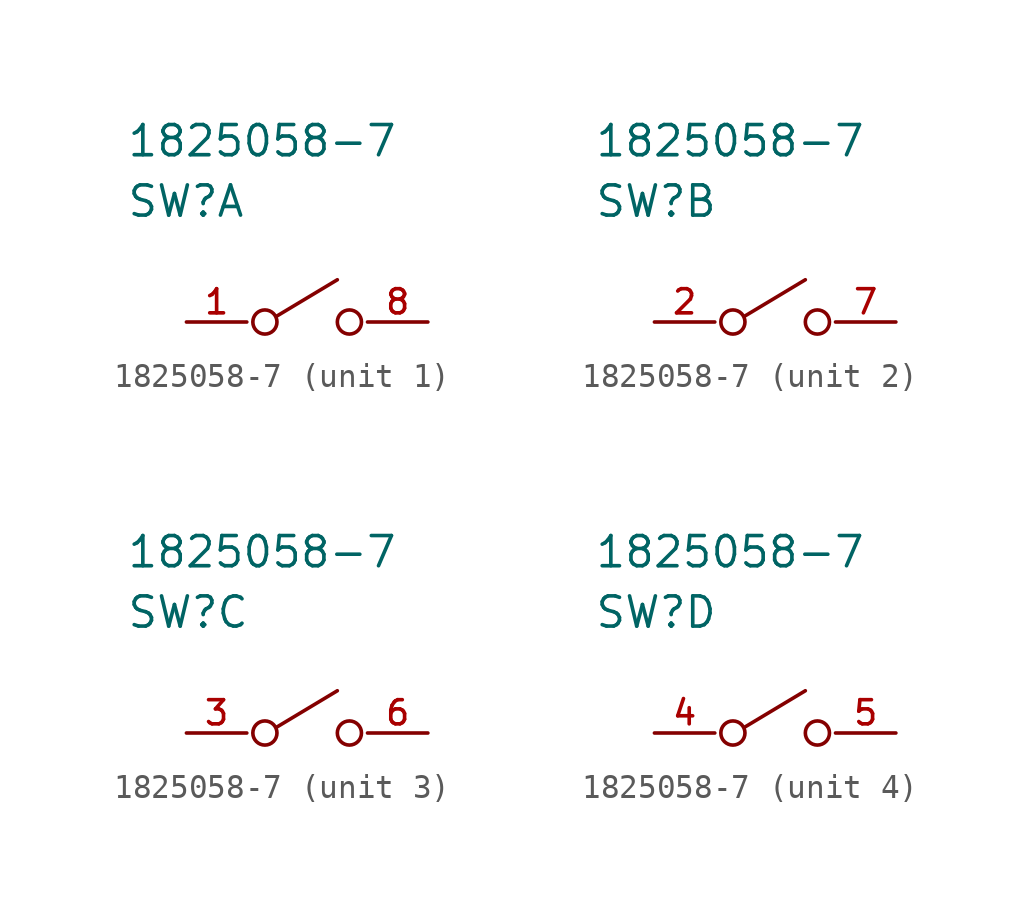
<source format=kicad_sym>
(kicad_symbol_lib
  (version 20220914)
  (generator kicad_symbol_editor)
  (symbol "1825058-7"
    (pin_names
      (offset 1.016))
    (property "Reference" "SW"
      (at 0 5.08 0)
      (effects (font (size 1.27 1.27)) (justify left)))
    (property "Value" "1825058-7"
      (at 0 7.62 0)
      (effects (font (size 1.27 1.27)) (justify left)))
    (property "ki_locked" ""
      (at 0 0 0)
      (effects (font (size 1.27 1.27))))
    (symbol "1825058-7_1_1"
      (polyline (pts (xy 6.35 0.254) (xy 8.89 1.778)) (stroke (width 0) (type solid)) (fill (type none)))
      (circle (center 5.842 0) (radius 0.508) (stroke (width 0) (type solid)) (fill (type none)))
      (circle (center 9.398 0) (radius 0.508) (stroke (width 0) (type solid)) (fill (type none)))
      (pin passive line (at 2.54 0 0) (length 2.54) (name "1" (effects (font (size 0 0)))) (number "1" (effects (font (size 1.016 1.016)))))
      (pin passive line (at 12.7 0 180) (length 2.54) (name "8" (effects (font (size 0 0)))) (number "8" (effects (font (size 1.016 1.016))))))
    (symbol "1825058-7_2_1"
      (polyline (pts (xy 6.35 0.254) (xy 8.89 1.778)) (stroke (width 0) (type solid)) (fill (type none)))
      (circle (center 5.842 0) (radius 0.508) (stroke (width 0) (type solid)) (fill (type none)))
      (circle (center 9.398 0) (radius 0.508) (stroke (width 0) (type solid)) (fill (type none)))
      (pin passive line (at 2.54 0 0) (length 2.54) (name "2" (effects (font (size 0 0)))) (number "2" (effects (font (size 1.016 1.016)))))
      (pin passive line (at 12.7 0 180) (length 2.54) (name "7" (effects (font (size 0 0)))) (number "7" (effects (font (size 1.016 1.016))))))
    (symbol "1825058-7_3_1"
      (polyline (pts (xy 6.35 0.254) (xy 8.89 1.778)) (stroke (width 0) (type solid)) (fill (type none)))
      (circle (center 5.842 0) (radius 0.508) (stroke (width 0) (type solid)) (fill (type none)))
      (circle (center 9.398 0) (radius 0.508) (stroke (width 0) (type solid)) (fill (type none)))
      (pin passive line (at 2.54 0 0) (length 2.54) (name "3" (effects (font (size 0 0)))) (number "3" (effects (font (size 1.016 1.016)))))
      (pin passive line (at 12.7 0 180) (length 2.54) (name "6" (effects (font (size 0 0)))) (number "6" (effects (font (size 1.016 1.016))))))
    (symbol "1825058-7_4_1"
      (polyline (pts (xy 6.35 0.254) (xy 8.89 1.778)) (stroke (width 0) (type solid)) (fill (type none)))
      (circle (center 5.842 0) (radius 0.508) (stroke (width 0) (type solid)) (fill (type none)))
      (circle (center 9.398 0) (radius 0.508) (stroke (width 0) (type solid)) (fill (type none)))
      (pin passive line (at 2.54 0 0) (length 2.54) (name "4" (effects (font (size 0 0)))) (number "4" (effects (font (size 1.016 1.016)))))
      (pin passive line (at 12.7 0 180) (length 2.54) (name "5" (effects (font (size 0 0)))) (number "5" (effects (font (size 1.016 1.016))))))))
</source>
